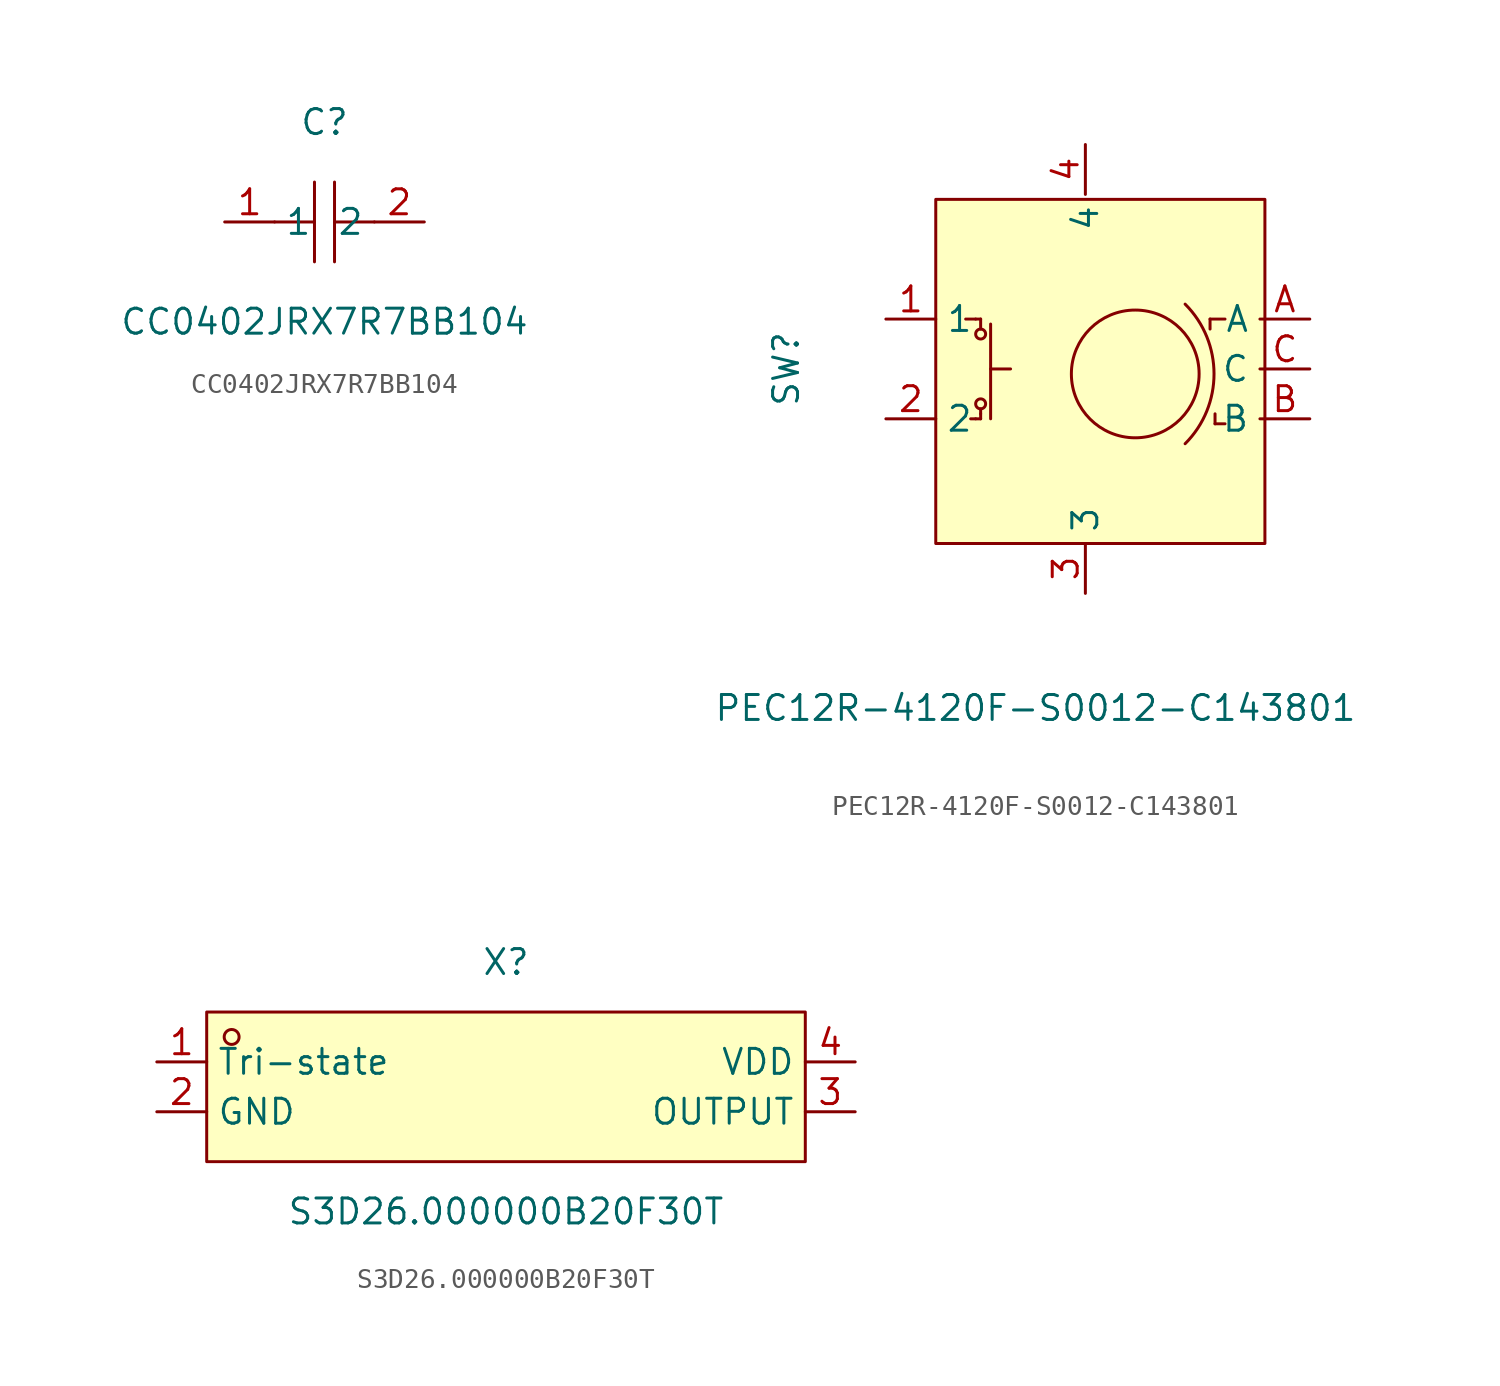
<source format=kicad_sym>
(kicad_symbol_lib
  (version 20231120)
  (generator "kicad_symbol_editor")
  (generator_version "8.0")
  (symbol "CC0402JRX7R7BB104"
    (property "Reference" "C"
      (at 0 5.08 0)
      (effects (font (size 1.27 1.27))))
    (property "Value" "CC0402JRX7R7BB104"
      (at 0 -5.08 0)
      (effects (font (size 1.27 1.27))))
    (symbol "CC0402JRX7R7BB104_0_1"
      (polyline (pts (xy -0.51 -2.03) (xy -0.51 2.03)) (stroke (width 0) (type default)) (fill (type none)))
      (polyline (pts (xy -0.51 0) (xy -2.54 0)) (stroke (width 0) (type default)) (fill (type none)))
      (polyline (pts (xy 0.51 2.03) (xy 0.51 -2.03)) (stroke (width 0) (type default)) (fill (type none)))
      (polyline (pts (xy 2.54 0) (xy 0.51 0)) (stroke (width 0) (type default)) (fill (type none)))
      (pin unspecified line (at -5.08 0 0) (length 2.54) (name "1" (effects (font (size 1.27 1.27)))) (number "1" (effects (font (size 1.27 1.27)))))
      (pin unspecified line (at 5.08 0 180) (length 2.54) (name "2" (effects (font (size 1.27 1.27)))) (number "2" (effects (font (size 1.27 1.27)))))))
  (symbol "PEC12R-4120F-S0012-C143801"
    (property "Reference" "SW"
      (at -12.7 3.81 90)
      (effects (font (size 1.27 1.27))))
    (property "Value" "PEC12R-4120F-S0012-C143801"
      (at 0 -13.462 0)
      (effects (font (size 1.27 1.27))))
    (symbol "PEC12R-4120F-S0012-C143801_0_1"
      (rectangle (start -5.08 12.446) (end 11.684 -5.08) (stroke (width 0) (type default)) (fill (type background)))
      (circle (center -2.794 2.032) (radius 0.254) (stroke (width 0) (type default)) (fill (type none)))
      (circle (center -2.794 5.588) (radius 0.254) (stroke (width 0) (type default)) (fill (type none)))
      (polyline (pts (xy -3.048 1.27) (xy -3.302 1.27)) (stroke (width 0) (type default)) (fill (type none)))
      (polyline (pts (xy -3.048 1.27) (xy -2.794 1.27)) (stroke (width 0) (type default)) (fill (type none)))
      (polyline (pts (xy -3.048 6.35) (xy -3.556 6.35)) (stroke (width 0) (type default)) (fill (type none)))
      (polyline (pts (xy -3.048 6.35) (xy -2.794 6.35)) (stroke (width 0) (type default)) (fill (type none)))
      (polyline (pts (xy -2.794 1.524) (xy -2.794 1.27)) (stroke (width 0) (type default)) (fill (type none)))
      (polyline (pts (xy -2.794 1.524) (xy -2.794 1.778)) (stroke (width 0) (type default)) (fill (type none)))
      (polyline (pts (xy -2.794 5.842) (xy -2.794 6.35)) (stroke (width 0) (type default)) (fill (type none)))
      (polyline (pts (xy -2.286 3.81) (xy -1.27 3.81)) (stroke (width 0) (type default)) (fill (type none)))
      (polyline (pts (xy -2.286 6.096) (xy -2.286 1.27)) (stroke (width 0) (type default)) (fill (type none)))
      (polyline (pts (xy 8.89 5.842) (xy 8.89 6.35)) (stroke (width 0) (type default)) (fill (type none)))
      (polyline (pts (xy 9.144 1.524) (xy 9.144 1.016)) (stroke (width 0) (type default)) (fill (type none)))
      (polyline (pts (xy 9.652 1.016) (xy 9.144 1.016)) (stroke (width 0) (type default)) (fill (type none)))
      (polyline (pts (xy 9.652 6.35) (xy 8.89 6.35)) (stroke (width 0) (type default)) (fill (type none)))
      (circle (center 5.08 3.556) (radius 3.253) (stroke (width 0) (type default)) (fill (type none)))
      (arc (start 7.6199 0) (mid 9.0929 3.556) (end 7.6199 7.112) (stroke (width 0) (type default)) (fill (type none)))
      (pin unspecified line (at -7.62 6.35 0) (length 2.54) (name "1" (effects (font (size 1.27 1.27)))) (number "1" (effects (font (size 1.27 1.27)))))
      (pin unspecified line (at -7.62 1.27 0) (length 2.54) (name "2" (effects (font (size 1.27 1.27)))) (number "2" (effects (font (size 1.27 1.27)))))
      (pin unspecified line (at 2.54 -7.62 90) (length 2.54) (name "3" (effects (font (size 1.27 1.27)))) (number "3" (effects (font (size 1.27 1.27)))))
      (pin unspecified line (at 2.54 15.24 270) (length 2.54) (name "4" (effects (font (size 1.27 1.27)))) (number "4" (effects (font (size 1.27 1.27)))))
      (pin unspecified line (at 13.97 6.35 180) (length 2.54) (name "A" (effects (font (size 1.27 1.27)))) (number "A" (effects (font (size 1.27 1.27)))))
      (pin unspecified line (at 13.97 1.27 180) (length 2.54) (name "B" (effects (font (size 1.27 1.27)))) (number "B" (effects (font (size 1.27 1.27)))))
      (pin unspecified line (at 13.97 3.81 180) (length 2.54) (name "C" (effects (font (size 1.27 1.27)))) (number "C" (effects (font (size 1.27 1.27)))))))
  (symbol "S3D26.000000B20F30T"
    (property "Reference" "X"
      (at 0 7.62 0)
      (effects (font (size 1.27 1.27))))
    (property "Value" "S3D26.000000B20F30T"
      (at 0 -5.08 0)
      (effects (font (size 1.27 1.27))))
    (symbol "S3D26.000000B20F30T_0_1"
      (rectangle (start -15.24 5.08) (end 15.24 -2.54) (stroke (width 0) (type default)) (fill (type background)))
      (circle (center -13.97 3.81) (radius 0.38) (stroke (width 0) (type default)) (fill (type none)))
      (pin unspecified line (at -17.78 2.54 0) (length 2.54) (name "Tri-state" (effects (font (size 1.27 1.27)))) (number "1" (effects (font (size 1.27 1.27)))))
      (pin unspecified line (at -17.78 0 0) (length 2.54) (name "GND" (effects (font (size 1.27 1.27)))) (number "2" (effects (font (size 1.27 1.27)))))
      (pin unspecified line (at 17.78 0 180) (length 2.54) (name "OUTPUT" (effects (font (size 1.27 1.27)))) (number "3" (effects (font (size 1.27 1.27)))))
      (pin unspecified line (at 17.78 2.54 180) (length 2.54) (name "VDD" (effects (font (size 1.27 1.27)))) (number "4" (effects (font (size 1.27 1.27))))))))
</source>
